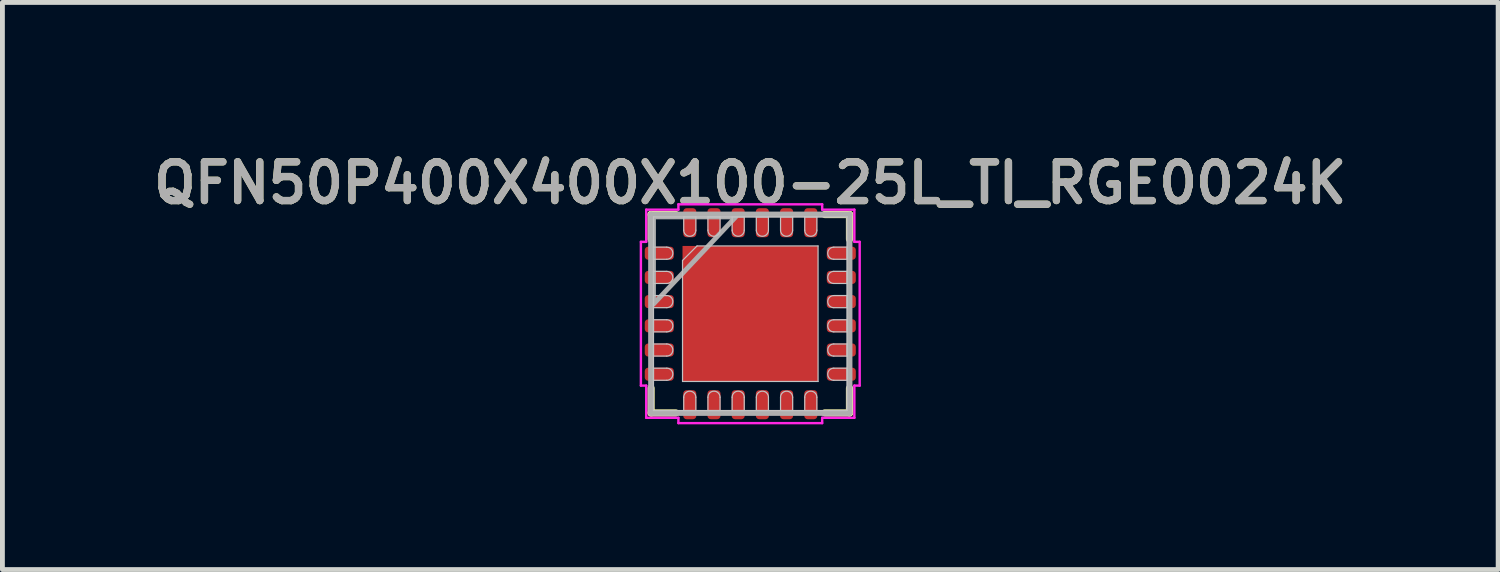
<source format=kicad_pcb>
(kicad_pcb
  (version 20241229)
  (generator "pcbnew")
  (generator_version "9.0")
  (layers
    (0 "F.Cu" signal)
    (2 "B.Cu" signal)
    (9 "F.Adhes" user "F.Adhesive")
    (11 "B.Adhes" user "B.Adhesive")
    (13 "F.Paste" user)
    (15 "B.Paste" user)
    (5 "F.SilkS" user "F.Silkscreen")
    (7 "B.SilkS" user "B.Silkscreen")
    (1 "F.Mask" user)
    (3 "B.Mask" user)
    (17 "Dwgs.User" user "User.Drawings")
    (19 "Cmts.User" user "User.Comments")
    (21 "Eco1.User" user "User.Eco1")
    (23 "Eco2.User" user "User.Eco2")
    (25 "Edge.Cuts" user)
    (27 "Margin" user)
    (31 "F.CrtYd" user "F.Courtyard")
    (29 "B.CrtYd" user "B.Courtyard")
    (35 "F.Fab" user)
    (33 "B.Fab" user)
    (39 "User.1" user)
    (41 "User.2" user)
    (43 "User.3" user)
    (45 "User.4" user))
  (footprint "QFN50P400X400X100-25L_TI_RGE0024K"
    (layer "F.Cu")
    (at 12.45 3.431)
    (property "Reference" "QFN50P400X400X100-25L_TI_RGE0024K" (at 0 -2.7 0) (layer "F.SilkS") (effects (font (size 0.8 0.8) (thickness 0.15))))
    (attr smd)
    (fp_line (start -2.05 -2.05) (end -1.54 -2.05) (stroke (width 0.15) (type solid)) (layer "F.SilkS"))
    (fp_line (start -2.05 -1.54) (end -2.05 -2.05) (stroke (width 0.15) (type solid)) (layer "F.SilkS"))
    (fp_line (start -2.05 1.54) (end -2.05 2.05) (stroke (width 0.15) (type solid)) (layer "F.SilkS"))
    (fp_line (start -2.05 2.05) (end -1.54 2.05) (stroke (width 0.15) (type solid)) (layer "F.SilkS"))
    (fp_line (start 2.05 -2.05) (end 1.54 -2.05) (stroke (width 0.15) (type solid)) (layer "F.SilkS"))
    (fp_line (start 2.05 -1.54) (end 2.05 -2.05) (stroke (width 0.15) (type solid)) (layer "F.SilkS"))
    (fp_line (start 2.05 1.54) (end 2.05 2.05) (stroke (width 0.15) (type solid)) (layer "F.SilkS"))
    (fp_line (start 2.05 2.05) (end 1.54 2.05) (stroke (width 0.15) (type solid)) (layer "F.SilkS"))
    (fp_line (start -2 -2) (end 2 -2) (stroke (width 0.025) (type solid)) (layer "Dwgs.User"))
    (fp_line (start -2 -1.375) (end -2 -1.125) (stroke (width 0.025) (type solid)) (layer "Dwgs.User"))
    (fp_line (start -2 -1.125) (end -1.725 -1.125) (stroke (width 0.025) (type solid)) (layer "Dwgs.User"))
    (fp_line (start -2 -0.875) (end -2 -0.625) (stroke (width 0.025) (type solid)) (layer "Dwgs.User"))
    (fp_line (start -2 -0.625) (end -1.725 -0.625) (stroke (width 0.025) (type solid)) (layer "Dwgs.User"))
    (fp_line (start -2 -0.375) (end -2 -0.125) (stroke (width 0.025) (type solid)) (layer "Dwgs.User"))
    (fp_line (start -2 -0.125) (end -1.725 -0.125) (stroke (width 0.025) (type solid)) (layer "Dwgs.User"))
    (fp_line (start -2 0.125) (end -2 0.375) (stroke (width 0.025) (type solid)) (layer "Dwgs.User"))
    (fp_line (start -2 0.375) (end -1.725 0.375) (stroke (width 0.025) (type solid)) (layer "Dwgs.User"))
    (fp_line (start -2 0.625) (end -2 0.875) (stroke (width 0.025) (type solid)) (layer "Dwgs.User"))
    (fp_line (start -2 0.875) (end -1.725 0.875) (stroke (width 0.025) (type solid)) (layer "Dwgs.User"))
    (fp_line (start -2 1.125) (end -2 1.375) (stroke (width 0.025) (type solid)) (layer "Dwgs.User"))
    (fp_line (start -2 1.375) (end -1.725 1.375) (stroke (width 0.025) (type solid)) (layer "Dwgs.User"))
    (fp_line (start -2 2) (end -2 -2) (stroke (width 0.025) (type solid)) (layer "Dwgs.User"))
    (fp_line (start -1.725 -1.375) (end -2 -1.375) (stroke (width 0.025) (type solid)) (layer "Dwgs.User"))
    (fp_line (start -1.725 -0.875) (end -2 -0.875) (stroke (width 0.025) (type solid)) (layer "Dwgs.User"))
    (fp_line (start -1.725 -0.375) (end -2 -0.375) (stroke (width 0.025) (type solid)) (layer "Dwgs.User"))
    (fp_line (start -1.725 0.125) (end -2 0.125) (stroke (width 0.025) (type solid)) (layer "Dwgs.User"))
    (fp_line (start -1.725 0.625) (end -2 0.625) (stroke (width 0.025) (type solid)) (layer "Dwgs.User"))
    (fp_line (start -1.725 1.125) (end -2 1.125) (stroke (width 0.025) (type solid)) (layer "Dwgs.User"))
    (fp_line (start -1.4 -1.1) (end -1.4 1.4) (stroke (width 0.025) (type solid)) (layer "Dwgs.User"))
    (fp_line (start -1.4 1.4) (end 1.4 1.4) (stroke (width 0.025) (type solid)) (layer "Dwgs.User"))
    (fp_line (start -1.375 -2) (end -1.375 -1.725) (stroke (width 0.025) (type solid)) (layer "Dwgs.User"))
    (fp_line (start -1.375 1.725) (end -1.375 2) (stroke (width 0.025) (type solid)) (layer "Dwgs.User"))
    (fp_line (start -1.375 2) (end -1.125 2) (stroke (width 0.025) (type solid)) (layer "Dwgs.User"))
    (fp_line (start -1.125 -2) (end -1.375 -2) (stroke (width 0.025) (type solid)) (layer "Dwgs.User"))
    (fp_line (start -1.125 -1.725) (end -1.125 -2) (stroke (width 0.025) (type solid)) (layer "Dwgs.User"))
    (fp_line (start -1.125 2) (end -1.125 1.725) (stroke (width 0.025) (type solid)) (layer "Dwgs.User"))
    (fp_line (start -1.1 -1.4) (end -1.4 -1.1) (stroke (width 0.025) (type solid)) (layer "Dwgs.User"))
    (fp_line (start -0.875 -2) (end -0.875 -1.725) (stroke (width 0.025) (type solid)) (layer "Dwgs.User"))
    (fp_line (start -0.875 1.725) (end -0.875 2) (stroke (width 0.025) (type solid)) (layer "Dwgs.User"))
    (fp_line (start -0.875 2) (end -0.625 2) (stroke (width 0.025) (type solid)) (layer "Dwgs.User"))
    (fp_line (start -0.625 -2) (end -0.875 -2) (stroke (width 0.025) (type solid)) (layer "Dwgs.User"))
    (fp_line (start -0.625 -1.725) (end -0.625 -2) (stroke (width 0.025) (type solid)) (layer "Dwgs.User"))
    (fp_line (start -0.625 2) (end -0.625 1.725) (stroke (width 0.025) (type solid)) (layer "Dwgs.User"))
    (fp_line (start -0.375 -2) (end -0.375 -1.725) (stroke (width 0.025) (type solid)) (layer "Dwgs.User"))
    (fp_line (start -0.375 1.725) (end -0.375 2) (stroke (width 0.025) (type solid)) (layer "Dwgs.User"))
    (fp_line (start -0.375 2) (end -0.125 2) (stroke (width 0.025) (type solid)) (layer "Dwgs.User"))
    (fp_line (start -0.125 -2) (end -0.375 -2) (stroke (width 0.025) (type solid)) (layer "Dwgs.User"))
    (fp_line (start -0.125 -1.725) (end -0.125 -2) (stroke (width 0.025) (type solid)) (layer "Dwgs.User"))
    (fp_line (start -0.125 2) (end -0.125 1.725) (stroke (width 0.025) (type solid)) (layer "Dwgs.User"))
    (fp_line (start 0.125 -2) (end 0.125 -1.725) (stroke (width 0.025) (type solid)) (layer "Dwgs.User"))
    (fp_line (start 0.125 1.725) (end 0.125 2) (stroke (width 0.025) (type solid)) (layer "Dwgs.User"))
    (fp_line (start 0.125 2) (end 0.375 2) (stroke (width 0.025) (type solid)) (layer "Dwgs.User"))
    (fp_line (start 0.375 -2) (end 0.125 -2) (stroke (width 0.025) (type solid)) (layer "Dwgs.User"))
    (fp_line (start 0.375 -1.725) (end 0.375 -2) (stroke (width 0.025) (type solid)) (layer "Dwgs.User"))
    (fp_line (start 0.375 2) (end 0.375 1.725) (stroke (width 0.025) (type solid)) (layer "Dwgs.User"))
    (fp_line (start 0.625 -2) (end 0.625 -1.725) (stroke (width 0.025) (type solid)) (layer "Dwgs.User"))
    (fp_line (start 0.625 1.725) (end 0.625 2) (stroke (width 0.025) (type solid)) (layer "Dwgs.User"))
    (fp_line (start 0.625 2) (end 0.875 2) (stroke (width 0.025) (type solid)) (layer "Dwgs.User"))
    (fp_line (start 0.875 -2) (end 0.625 -2) (stroke (width 0.025) (type solid)) (layer "Dwgs.User"))
    (fp_line (start 0.875 -1.725) (end 0.875 -2) (stroke (width 0.025) (type solid)) (layer "Dwgs.User"))
    (fp_line (start 0.875 2) (end 0.875 1.725) (stroke (width 0.025) (type solid)) (layer "Dwgs.User"))
    (fp_line (start 1.125 -2) (end 1.125 -1.725) (stroke (width 0.025) (type solid)) (layer "Dwgs.User"))
    (fp_line (start 1.125 1.725) (end 1.125 2) (stroke (width 0.025) (type solid)) (layer "Dwgs.User"))
    (fp_line (start 1.125 2) (end 1.375 2) (stroke (width 0.025) (type solid)) (layer "Dwgs.User"))
    (fp_line (start 1.375 -2) (end 1.125 -2) (stroke (width 0.025) (type solid)) (layer "Dwgs.User"))
    (fp_line (start 1.375 -1.725) (end 1.375 -2) (stroke (width 0.025) (type solid)) (layer "Dwgs.User"))
    (fp_line (start 1.375 2) (end 1.375 1.725) (stroke (width 0.025) (type solid)) (layer "Dwgs.User"))
    (fp_line (start 1.4 -1.4) (end -1.1 -1.4) (stroke (width 0.025) (type solid)) (layer "Dwgs.User"))
    (fp_line (start 1.4 1.4) (end 1.4 -1.4) (stroke (width 0.025) (type solid)) (layer "Dwgs.User"))
    (fp_line (start 1.725 -1.125) (end 2 -1.125) (stroke (width 0.025) (type solid)) (layer "Dwgs.User"))
    (fp_line (start 1.725 -0.625) (end 2 -0.625) (stroke (width 0.025) (type solid)) (layer "Dwgs.User"))
    (fp_line (start 1.725 -0.125) (end 2 -0.125) (stroke (width 0.025) (type solid)) (layer "Dwgs.User"))
    (fp_line (start 1.725 0.375) (end 2 0.375) (stroke (width 0.025) (type solid)) (layer "Dwgs.User"))
    (fp_line (start 1.725 0.875) (end 2 0.875) (stroke (width 0.025) (type solid)) (layer "Dwgs.User"))
    (fp_line (start 1.725 1.375) (end 2 1.375) (stroke (width 0.025) (type solid)) (layer "Dwgs.User"))
    (fp_line (start 2 -2) (end 2 2) (stroke (width 0.025) (type solid)) (layer "Dwgs.User"))
    (fp_line (start 2 -1.375) (end 1.725 -1.375) (stroke (width 0.025) (type solid)) (layer "Dwgs.User"))
    (fp_line (start 2 -1.125) (end 2 -1.375) (stroke (width 0.025) (type solid)) (layer "Dwgs.User"))
    (fp_line (start 2 -0.875) (end 1.725 -0.875) (stroke (width 0.025) (type solid)) (layer "Dwgs.User"))
    (fp_line (start 2 -0.625) (end 2 -0.875) (stroke (width 0.025) (type solid)) (layer "Dwgs.User"))
    (fp_line (start 2 -0.375) (end 1.725 -0.375) (stroke (width 0.025) (type solid)) (layer "Dwgs.User"))
    (fp_line (start 2 -0.125) (end 2 -0.375) (stroke (width 0.025) (type solid)) (layer "Dwgs.User"))
    (fp_line (start 2 0.125) (end 1.725 0.125) (stroke (width 0.025) (type solid)) (layer "Dwgs.User"))
    (fp_line (start 2 0.375) (end 2 0.125) (stroke (width 0.025) (type solid)) (layer "Dwgs.User"))
    (fp_line (start 2 0.625) (end 1.725 0.625) (stroke (width 0.025) (type solid)) (layer "Dwgs.User"))
    (fp_line (start 2 0.875) (end 2 0.625) (stroke (width 0.025) (type solid)) (layer "Dwgs.User"))
    (fp_line (start 2 1.125) (end 1.725 1.125) (stroke (width 0.025) (type solid)) (layer "Dwgs.User"))
    (fp_line (start 2 1.375) (end 2 1.125) (stroke (width 0.025) (type solid)) (layer "Dwgs.User"))
    (fp_line (start 2 2) (end -2 2) (stroke (width 0.025) (type solid)) (layer "Dwgs.User"))
    (fp_arc (start -1.725 -1.375) (mid -1.6 -1.25) (end -1.725 -1.125) (stroke (width 0.025) (type solid)) (layer "Dwgs.User"))
    (fp_arc (start -1.725 -0.875) (mid -1.6 -0.75) (end -1.725 -0.625) (stroke (width 0.025) (type solid)) (layer "Dwgs.User"))
    (fp_arc (start -1.725 -0.375) (mid -1.6 -0.25) (end -1.725 -0.125) (stroke (width 0.025) (type solid)) (layer "Dwgs.User"))
    (fp_arc (start -1.725 0.125) (mid -1.6 0.25) (end -1.725 0.375) (stroke (width 0.025) (type solid)) (layer "Dwgs.User"))
    (fp_arc (start -1.725 0.625) (mid -1.6 0.75) (end -1.725 0.875) (stroke (width 0.025) (type solid)) (layer "Dwgs.User"))
    (fp_arc (start -1.725 1.125) (mid -1.6 1.25) (end -1.725 1.375) (stroke (width 0.025) (type solid)) (layer "Dwgs.User"))
    (fp_arc (start -1.375 1.725) (mid -1.25 1.6) (end -1.125 1.725) (stroke (width 0.025) (type solid)) (layer "Dwgs.User"))
    (fp_arc (start -1.125 -1.725) (mid -1.25 -1.6) (end -1.375 -1.725) (stroke (width 0.025) (type solid)) (layer "Dwgs.User"))
    (fp_arc (start -0.875 1.725) (mid -0.75 1.6) (end -0.625 1.725) (stroke (width 0.025) (type solid)) (layer "Dwgs.User"))
    (fp_arc (start -0.625 -1.725) (mid -0.75 -1.6) (end -0.875 -1.725) (stroke (width 0.025) (type solid)) (layer "Dwgs.User"))
    (fp_arc (start -0.375 1.725) (mid -0.25 1.6) (end -0.125 1.725) (stroke (width 0.025) (type solid)) (layer "Dwgs.User"))
    (fp_arc (start -0.125 -1.725) (mid -0.25 -1.6) (end -0.375 -1.725) (stroke (width 0.025) (type solid)) (layer "Dwgs.User"))
    (fp_arc (start 0.125 1.725) (mid 0.25 1.6) (end 0.375 1.725) (stroke (width 0.025) (type solid)) (layer "Dwgs.User"))
    (fp_arc (start 0.375 -1.725) (mid 0.25 -1.6) (end 0.125 -1.725) (stroke (width 0.025) (type solid)) (layer "Dwgs.User"))
    (fp_arc (start 0.625 1.725) (mid 0.75 1.6) (end 0.875 1.725) (stroke (width 0.025) (type solid)) (layer "Dwgs.User"))
    (fp_arc (start 0.875 -1.725) (mid 0.75 -1.6) (end 0.625 -1.725) (stroke (width 0.025) (type solid)) (layer "Dwgs.User"))
    (fp_arc (start 1.125 1.725) (mid 1.25 1.6) (end 1.375 1.725) (stroke (width 0.025) (type solid)) (layer "Dwgs.User"))
    (fp_arc (start 1.375 -1.725) (mid 1.25 -1.6) (end 1.125 -1.725) (stroke (width 0.025) (type solid)) (layer "Dwgs.User"))
    (fp_arc (start 1.725 -1.125) (mid 1.6 -1.25) (end 1.725 -1.375) (stroke (width 0.025) (type solid)) (layer "Dwgs.User"))
    (fp_arc (start 1.725 -0.625) (mid 1.6 -0.75) (end 1.725 -0.875) (stroke (width 0.025) (type solid)) (layer "Dwgs.User"))
    (fp_arc (start 1.725 -0.125) (mid 1.6 -0.25) (end 1.725 -0.375) (stroke (width 0.025) (type solid)) (layer "Dwgs.User"))
    (fp_arc (start 1.725 0.375) (mid 1.6 0.25) (end 1.725 0.125) (stroke (width 0.025) (type solid)) (layer "Dwgs.User"))
    (fp_arc (start 1.725 0.875) (mid 1.6 0.75) (end 1.725 0.625) (stroke (width 0.025) (type solid)) (layer "Dwgs.User"))
    (fp_arc (start 1.725 1.375) (mid 1.6 1.25) (end 1.725 1.125) (stroke (width 0.025) (type solid)) (layer "Dwgs.User"))
    (fp_line (start -2.26 -1.485) (end -2.26 1.485) (stroke (width 0.05) (type solid)) (layer "F.CrtYd"))
    (fp_line (start -2.26 1.485) (end -2.15 1.485) (stroke (width 0.05) (type solid)) (layer "F.CrtYd"))
    (fp_line (start -2.15 -2.15) (end -2.15 -1.485) (stroke (width 0.05) (type solid)) (layer "F.CrtYd"))
    (fp_line (start -2.15 -1.485) (end -2.26 -1.485) (stroke (width 0.05) (type solid)) (layer "F.CrtYd"))
    (fp_line (start -2.15 1.485) (end -2.15 2.15) (stroke (width 0.05) (type solid)) (layer "F.CrtYd"))
    (fp_line (start -2.15 2.15) (end -1.485 2.15) (stroke (width 0.05) (type solid)) (layer "F.CrtYd"))
    (fp_line (start -1.485 -2.26) (end -1.485 -2.15) (stroke (width 0.05) (type solid)) (layer "F.CrtYd"))
    (fp_line (start -1.485 -2.15) (end -2.15 -2.15) (stroke (width 0.05) (type solid)) (layer "F.CrtYd"))
    (fp_line (start -1.485 2.15) (end -1.485 2.26) (stroke (width 0.05) (type solid)) (layer "F.CrtYd"))
    (fp_line (start -1.485 2.26) (end 1.485 2.26) (stroke (width 0.05) (type solid)) (layer "F.CrtYd"))
    (fp_line (start 1.485 -2.26) (end -1.485 -2.26) (stroke (width 0.05) (type solid)) (layer "F.CrtYd"))
    (fp_line (start 1.485 -2.15) (end 1.485 -2.26) (stroke (width 0.05) (type solid)) (layer "F.CrtYd"))
    (fp_line (start 1.485 2.15) (end 2.15 2.15) (stroke (width 0.05) (type solid)) (layer "F.CrtYd"))
    (fp_line (start 1.485 2.26) (end 1.485 2.15) (stroke (width 0.05) (type solid)) (layer "F.CrtYd"))
    (fp_line (start 2.15 -2.15) (end 1.485 -2.15) (stroke (width 0.05) (type solid)) (layer "F.CrtYd"))
    (fp_line (start 2.15 -1.485) (end 2.15 -2.15) (stroke (width 0.05) (type solid)) (layer "F.CrtYd"))
    (fp_line (start 2.15 1.485) (end 2.26 1.485) (stroke (width 0.05) (type solid)) (layer "F.CrtYd"))
    (fp_line (start 2.15 2.15) (end 2.15 1.485) (stroke (width 0.05) (type solid)) (layer "F.CrtYd"))
    (fp_line (start 2.26 -1.485) (end 2.15 -1.485) (stroke (width 0.05) (type solid)) (layer "F.CrtYd"))
    (fp_line (start 2.26 1.485) (end 2.26 -1.485) (stroke (width 0.05) (type solid)) (layer "F.CrtYd"))
    (fp_line (start -2.05 -2.05) (end 2.05 -2.05) (stroke (width 0.12) (type solid)) (layer "F.Fab"))
    (fp_line (start -2.05 2.05) (end -2.05 -2.05) (stroke (width 0.12) (type solid)) (layer "F.Fab"))
    (fp_line (start 2.05 -2.05) (end 2.05 2.05) (stroke (width 0.12) (type solid)) (layer "F.Fab"))
    (fp_line (start 2.05 2.05) (end -2.05 2.05) (stroke (width 0.12) (type solid)) (layer "F.Fab"))
    (fp_poly (pts (xy -2 -0.2) (xy -2 -2) (xy -0.3 -2)) (stroke (width 0.1) (type solid)) (fill no) (layer "F.Fab"))
    (fp_text user "${REFERENCE}" (at 0 -2.7 0) (layer "F.Fab") (effects (font (size 0.8 0.8) (thickness 0.15))))
    (pad "" smd rect (at -0.715 -0.715) (size 1.23 1.23) (layers "F.Paste"))
    (pad "" smd rect (at -0.715 0.715) (size 1.23 1.23) (layers "F.Paste"))
    (pad "" smd rect (at 0.715 -0.715) (size 1.23 1.23) (layers "F.Paste"))
    (pad "" smd rect (at 0.715 0.715) (size 1.23 1.23) (layers "F.Paste"))
    (pad "1" smd roundrect (at -1.88 -1.25) (size 0.6 0.27) (layers "F.Cu" "F.Mask" "F.Paste") (roundrect_rratio 0.259))
    (pad "2" smd roundrect (at -1.88 -0.75) (size 0.6 0.27) (layers "F.Cu" "F.Mask" "F.Paste") (roundrect_rratio 0.259))
    (pad "3" smd roundrect (at -1.88 -0.25) (size 0.6 0.27) (layers "F.Cu" "F.Mask" "F.Paste") (roundrect_rratio 0.259))
    (pad "4" smd roundrect (at -1.88 0.25) (size 0.6 0.27) (layers "F.Cu" "F.Mask" "F.Paste") (roundrect_rratio 0.259))
    (pad "5" smd roundrect (at -1.88 0.75) (size 0.6 0.27) (layers "F.Cu" "F.Mask" "F.Paste") (roundrect_rratio 0.259))
    (pad "6" smd roundrect (at -1.88 1.25) (size 0.6 0.27) (layers "F.Cu" "F.Mask" "F.Paste") (roundrect_rratio 0.259))
    (pad "7" smd roundrect (at -1.25 1.88 90) (size 0.6 0.27) (layers "F.Cu" "F.Mask" "F.Paste") (roundrect_rratio 0.259))
    (pad "8" smd roundrect (at -0.75 1.88 90) (size 0.6 0.27) (layers "F.Cu" "F.Mask" "F.Paste") (roundrect_rratio 0.259))
    (pad "9" smd roundrect (at -0.25 1.88 90) (size 0.6 0.27) (layers "F.Cu" "F.Mask" "F.Paste") (roundrect_rratio 0.259))
    (pad "10" smd roundrect (at 0.25 1.88 90) (size 0.6 0.27) (layers "F.Cu" "F.Mask" "F.Paste") (roundrect_rratio 0.259))
    (pad "11" smd roundrect (at 0.75 1.88 90) (size 0.6 0.27) (layers "F.Cu" "F.Mask" "F.Paste") (roundrect_rratio 0.259))
    (pad "12" smd roundrect (at 1.25 1.88 90) (size 0.6 0.27) (layers "F.Cu" "F.Mask" "F.Paste") (roundrect_rratio 0.259))
    (pad "13" smd roundrect (at 1.88 1.25) (size 0.6 0.27) (layers "F.Cu" "F.Mask" "F.Paste") (roundrect_rratio 0.259))
    (pad "14" smd roundrect (at 1.88 0.75) (size 0.6 0.27) (layers "F.Cu" "F.Mask" "F.Paste") (roundrect_rratio 0.259))
    (pad "15" smd roundrect (at 1.88 0.25) (size 0.6 0.27) (layers "F.Cu" "F.Mask" "F.Paste") (roundrect_rratio 0.259))
    (pad "16" smd roundrect (at 1.88 -0.25) (size 0.6 0.27) (layers "F.Cu" "F.Mask" "F.Paste") (roundrect_rratio 0.259))
    (pad "17" smd roundrect (at 1.88 -0.75) (size 0.6 0.27) (layers "F.Cu" "F.Mask" "F.Paste") (roundrect_rratio 0.259))
    (pad "18" smd roundrect (at 1.88 -1.25) (size 0.6 0.27) (layers "F.Cu" "F.Mask" "F.Paste") (roundrect_rratio 0.259))
    (pad "19" smd roundrect (at 1.25 -1.88 90) (size 0.6 0.27) (layers "F.Cu" "F.Mask" "F.Paste") (roundrect_rratio 0.259))
    (pad "20" smd roundrect (at 0.75 -1.88 90) (size 0.6 0.27) (layers "F.Cu" "F.Mask" "F.Paste") (roundrect_rratio 0.259))
    (pad "21" smd roundrect (at 0.25 -1.88 90) (size 0.6 0.27) (layers "F.Cu" "F.Mask" "F.Paste") (roundrect_rratio 0.259))
    (pad "22" smd roundrect (at -0.25 -1.88 90) (size 0.6 0.27) (layers "F.Cu" "F.Mask" "F.Paste") (roundrect_rratio 0.259))
    (pad "23" smd roundrect (at -0.75 -1.88 90) (size 0.6 0.27) (layers "F.Cu" "F.Mask" "F.Paste") (roundrect_rratio 0.259))
    (pad "24" smd roundrect (at -1.25 -1.88 90) (size 0.6 0.27) (layers "F.Cu" "F.Mask" "F.Paste") (roundrect_rratio 0.259))
    (pad "25" smd rect (at 0 0) (size 2.8 2.8) (layers "F.Cu" "F.Mask")))
  (gr_rect
    (start -3 -3)
    (end 27.9 8.716)
    (stroke (width 0.1) (type default))
    (fill no)
    (layer "Edge.Cuts")))
</source>
